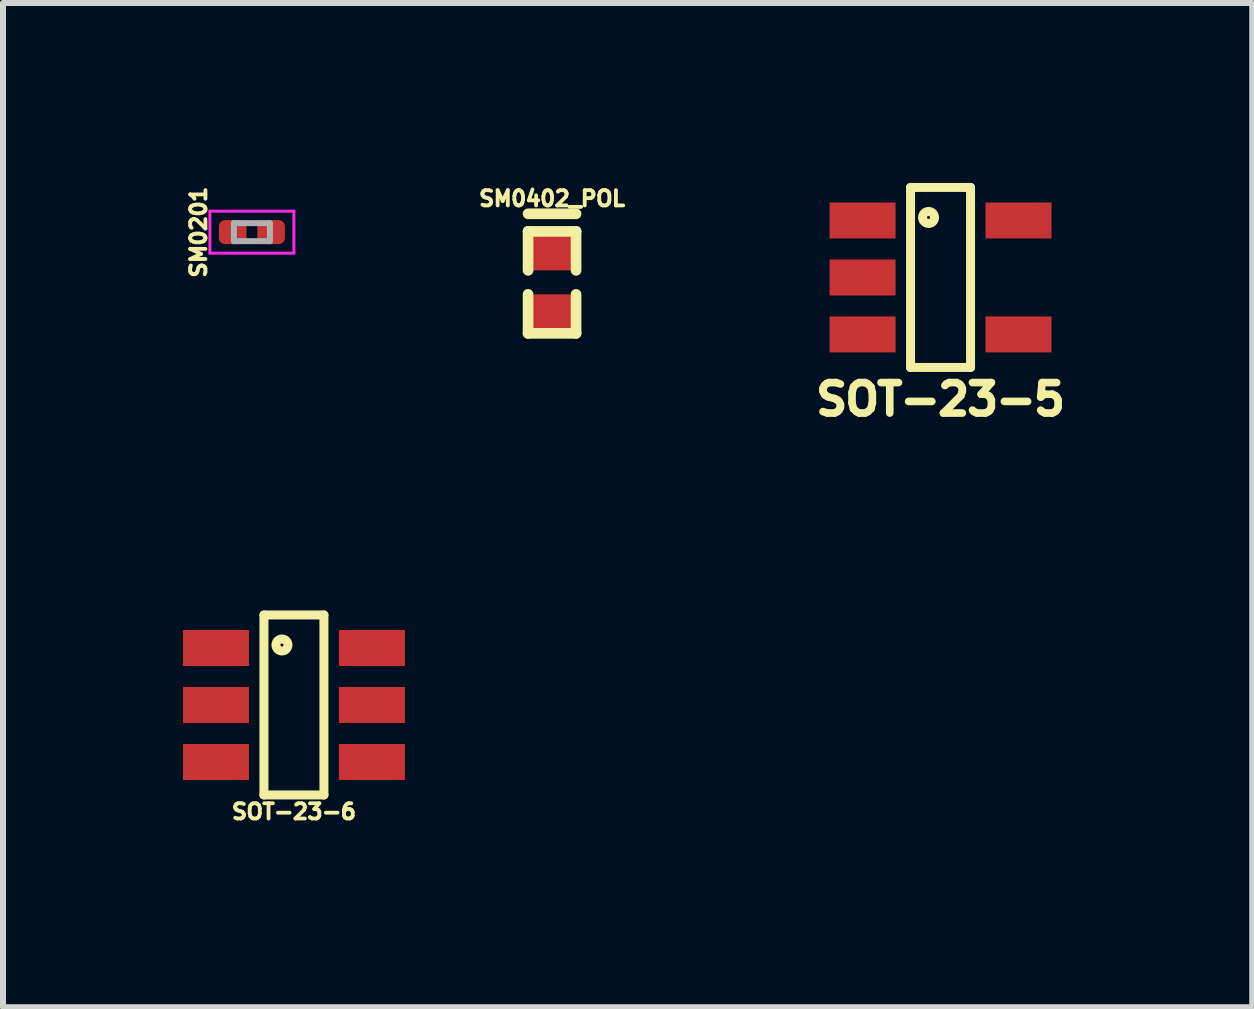
<source format=kicad_pcb>
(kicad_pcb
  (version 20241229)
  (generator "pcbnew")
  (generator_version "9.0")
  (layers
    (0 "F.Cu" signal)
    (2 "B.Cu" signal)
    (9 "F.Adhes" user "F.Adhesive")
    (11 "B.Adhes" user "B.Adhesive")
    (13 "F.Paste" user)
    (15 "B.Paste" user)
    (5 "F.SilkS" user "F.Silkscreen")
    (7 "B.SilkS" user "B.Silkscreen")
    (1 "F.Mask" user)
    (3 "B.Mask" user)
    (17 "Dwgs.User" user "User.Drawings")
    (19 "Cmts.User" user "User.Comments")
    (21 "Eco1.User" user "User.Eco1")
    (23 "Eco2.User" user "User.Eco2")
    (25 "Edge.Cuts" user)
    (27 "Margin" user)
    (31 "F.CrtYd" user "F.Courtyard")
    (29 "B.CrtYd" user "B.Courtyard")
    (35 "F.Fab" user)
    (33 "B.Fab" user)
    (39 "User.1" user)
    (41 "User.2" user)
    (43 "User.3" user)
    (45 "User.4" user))
  (footprint "SOT-23-5"
    (layer "F.Cu")
    (at 12.629 1.575)
    (property "Reference" "SOT-23-5" (at 0 2.032 0) (layer "F.SilkS") (effects (font (size 0.508 0.508) (thickness 0.127))))
    (attr through_hole)
    (fp_line (start -0.5 -1.5) (end -0.5 1.5) (stroke (width 0.15) (type solid)) (layer "F.SilkS"))
    (fp_line (start -0.5 1.5) (end 0.5 1.5) (stroke (width 0.15) (type solid)) (layer "F.SilkS"))
    (fp_line (start 0.5 -1.5) (end -0.5 -1.5) (stroke (width 0.15) (type solid)) (layer "F.SilkS"))
    (fp_line (start 0.5 1.5) (end 0.5 -1.5) (stroke (width 0.15) (type solid)) (layer "F.SilkS"))
    (fp_circle (center -0.2 -1) (end -0.2 -1.1) (stroke (width 0.15) (type solid)) (fill no) (layer "F.SilkS"))
    (pad "1" smd rect (at -1.3 -0.95) (size 1.1 0.6) (layers "F.Cu" "F.Mask" "F.Paste"))
    (pad "2" smd rect (at -1.3 0) (size 1.1 0.6) (layers "F.Cu" "F.Mask" "F.Paste"))
    (pad "3" smd rect (at -1.3 0.95) (size 1.1 0.6) (layers "F.Cu" "F.Mask" "F.Paste"))
    (pad "4" smd rect (at 1.3 0.95) (size 1.1 0.6) (layers "F.Cu" "F.Mask" "F.Paste"))
    (pad "5" smd rect (at 1.3 -0.95) (size 1.1 0.6) (layers "F.Cu" "F.Mask" "F.Paste")))
  (footprint "SOT-23-6"
    (layer "F.Cu")
    (at 1.85 8.702)
    (property "Reference" "SOT-23-6" (at 0 1.778 0) (layer "F.SilkS") (effects (font (size 0.254 0.254) (thickness 0.064))))
    (attr through_hole)
    (fp_line (start -0.5 -1.5) (end -0.5 1.5) (stroke (width 0.15) (type solid)) (layer "F.SilkS"))
    (fp_line (start -0.5 1.5) (end 0.5 1.5) (stroke (width 0.15) (type solid)) (layer "F.SilkS"))
    (fp_line (start 0.5 -1.5) (end -0.5 -1.5) (stroke (width 0.15) (type solid)) (layer "F.SilkS"))
    (fp_line (start 0.5 1.5) (end 0.5 -1.5) (stroke (width 0.15) (type solid)) (layer "F.SilkS"))
    (fp_circle (center -0.2 -1) (end -0.2 -1.1) (stroke (width 0.15) (type solid)) (fill no) (layer "F.SilkS"))
    (pad "1" smd rect (at -1.3 -0.95) (size 1.1 0.6) (layers "F.Cu" "F.Mask" "F.Paste"))
    (pad "2" smd rect (at -1.3 0) (size 1.1 0.6) (layers "F.Cu" "F.Mask" "F.Paste"))
    (pad "3" smd rect (at -1.3 0.95) (size 1.1 0.6) (layers "F.Cu" "F.Mask" "F.Paste"))
    (pad "4" smd rect (at 1.3 0.95) (size 1.1 0.6) (layers "F.Cu" "F.Mask" "F.Paste"))
    (pad "5" smd rect (at 1.3 0) (size 1.1 0.6) (layers "F.Cu" "F.Mask" "F.Paste"))
    (pad "6" smd rect (at 1.3 -0.95) (size 1.1 0.6) (layers "F.Cu" "F.Mask" "F.Paste")))
  (footprint "SM0402_POL"
    (layer "F.Cu")
    (at 6.153 1.657)
    (property "Reference" "SM0402_POL" (at 0 -1.397 180) (layer "F.SilkS") (effects (font (size 0.254 0.254) (thickness 0.064))))
    (attr smd)
    (fp_line (start -0.4 -0.85) (end -0.4 -0.2) (stroke (width 0.178) (type solid)) (layer "F.SilkS"))
    (fp_line (start -0.4 0.85) (end -0.4 0.2) (stroke (width 0.178) (type solid)) (layer "F.SilkS"))
    (fp_line (start 0.4 -1.143) (end -0.4 -1.143) (stroke (width 0.178) (type solid)) (layer "F.SilkS"))
    (fp_line (start 0.4 -0.85) (end -0.4 -0.85) (stroke (width 0.178) (type solid)) (layer "F.SilkS"))
    (fp_line (start 0.4 -0.2) (end 0.4 -0.85) (stroke (width 0.178) (type solid)) (layer "F.SilkS"))
    (fp_line (start 0.4 0.2) (end 0.4 0.85) (stroke (width 0.178) (type solid)) (layer "F.SilkS"))
    (fp_line (start 0.4 0.85) (end -0.4 0.85) (stroke (width 0.178) (type solid)) (layer "F.SilkS"))
    (pad "1" smd rect (at 0 -0.5 270) (size 0.6 0.7) (layers "F.Cu" "F.Mask" "F.Paste"))
    (pad "2" smd rect (at 0 0.5 270) (size 0.6 0.7) (layers "F.Cu" "F.Mask" "F.Paste")))
  (footprint "SM0201"
    (layer "F.Cu")
    (at 1.149 0.82)
    (property "Reference" "SM0201" (at -0.889 0 90) (layer "F.SilkS") (effects (font (size 0.254 0.254) (thickness 0.064))))
    (attr smd)
    (fp_line (start -0.7 -0.35) (end 0.7 -0.35) (stroke (width 0.05) (type solid)) (layer "F.CrtYd"))
    (fp_line (start -0.7 0.35) (end -0.7 -0.35) (stroke (width 0.05) (type solid)) (layer "F.CrtYd"))
    (fp_line (start 0.7 -0.35) (end 0.7 0.35) (stroke (width 0.05) (type solid)) (layer "F.CrtYd"))
    (fp_line (start 0.7 0.35) (end -0.7 0.35) (stroke (width 0.05) (type solid)) (layer "F.CrtYd"))
    (fp_line (start -0.3 -0.15) (end 0.3 -0.15) (stroke (width 0.1) (type solid)) (layer "F.Fab"))
    (fp_line (start -0.3 0.15) (end -0.3 -0.15) (stroke (width 0.1) (type solid)) (layer "F.Fab"))
    (fp_line (start 0.3 -0.15) (end 0.3 0.15) (stroke (width 0.1) (type solid)) (layer "F.Fab"))
    (fp_line (start 0.3 0.15) (end -0.3 0.15) (stroke (width 0.1) (type solid)) (layer "F.Fab"))
    (pad "" smd roundrect (at -0.345 0) (size 0.318 0.36) (layers "F.Paste") (roundrect_rratio 0.25))
    (pad "" smd roundrect (at 0.345 0) (size 0.318 0.36) (layers "F.Paste") (roundrect_rratio 0.25))
    (pad "1" smd roundrect (at -0.32 0) (size 0.46 0.4) (layers "F.Cu" "F.Mask") (roundrect_rratio 0.25))
    (pad "2" smd roundrect (at 0.32 0) (size 0.46 0.4) (layers "F.Cu" "F.Mask") (roundrect_rratio 0.25)))
  (gr_rect
    (start -3 -3)
    (end 17.825 13.74)
    (stroke (width 0.1) (type default))
    (fill no)
    (layer "Edge.Cuts")))
</source>
